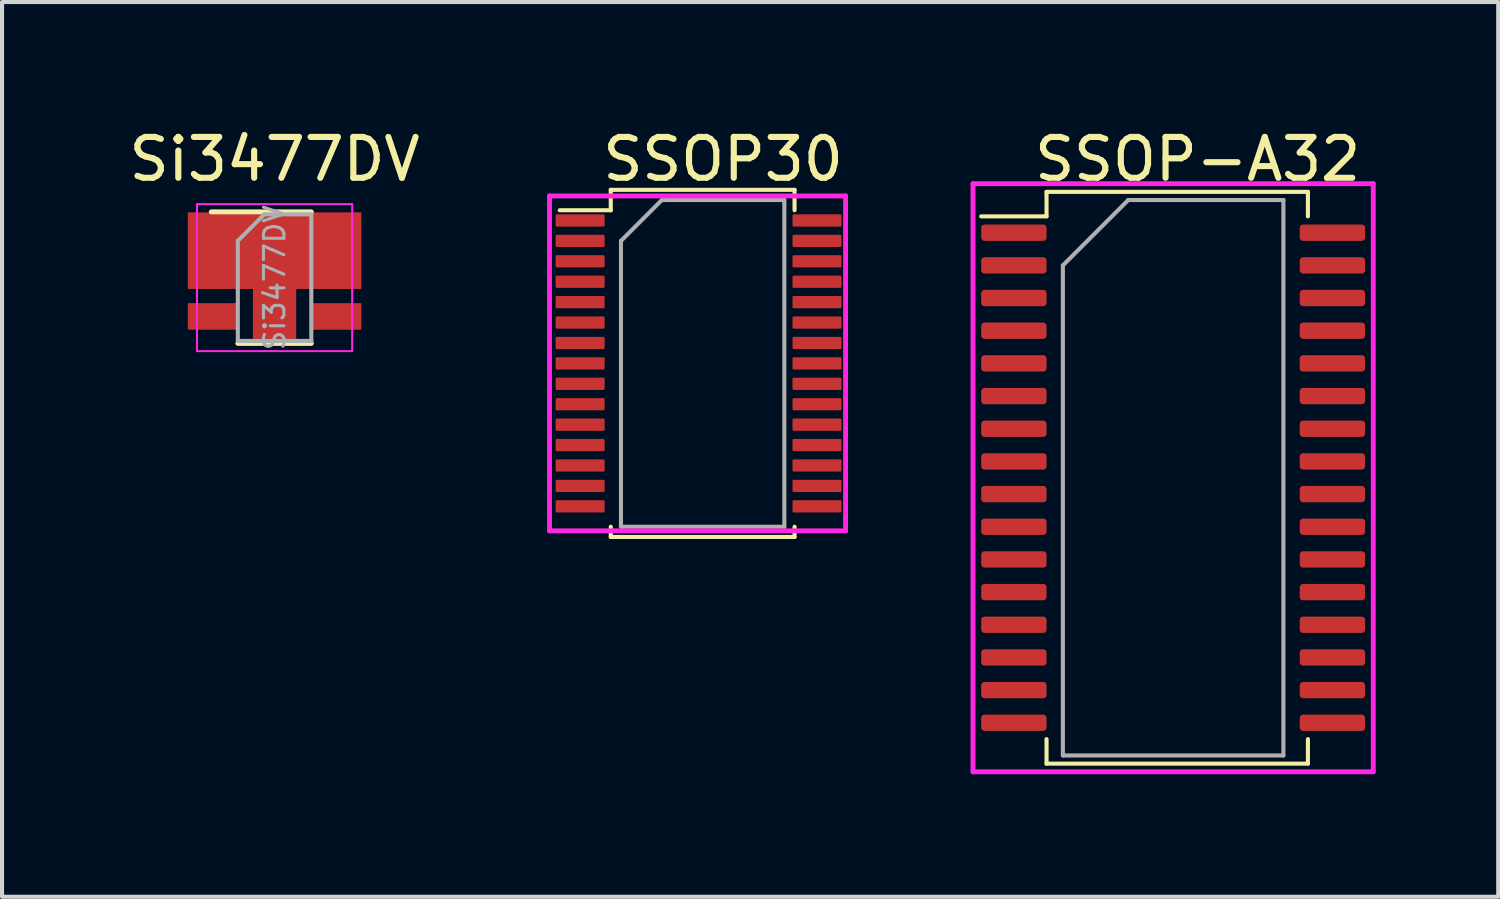
<source format=kicad_pcb>
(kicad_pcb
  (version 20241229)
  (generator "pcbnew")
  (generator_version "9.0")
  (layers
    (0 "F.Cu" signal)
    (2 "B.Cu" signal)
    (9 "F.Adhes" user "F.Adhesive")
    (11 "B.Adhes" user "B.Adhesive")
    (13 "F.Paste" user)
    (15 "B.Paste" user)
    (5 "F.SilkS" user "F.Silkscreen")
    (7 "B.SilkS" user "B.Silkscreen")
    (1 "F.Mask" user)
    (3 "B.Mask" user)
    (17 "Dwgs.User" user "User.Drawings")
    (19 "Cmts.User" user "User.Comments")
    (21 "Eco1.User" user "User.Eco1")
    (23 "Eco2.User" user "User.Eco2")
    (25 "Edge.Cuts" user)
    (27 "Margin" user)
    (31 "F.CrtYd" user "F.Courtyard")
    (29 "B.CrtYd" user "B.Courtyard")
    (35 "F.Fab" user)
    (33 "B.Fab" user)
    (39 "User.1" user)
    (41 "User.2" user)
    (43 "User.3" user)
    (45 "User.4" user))
  (footprint "SSOP30"
    (layer "F.Cu")
    (at 11.155 2.348)
    (property "Reference" "SSOP30" (at 3.5 -1.5 0) (unlocked yes) (layer "F.SilkS") (effects (font (size 1 1) (thickness 0.15))))
    (fp_line (start -0.5 -0.25) (end 0.75 -0.25) (stroke (width 0.1) (type solid)) (layer "F.SilkS"))
    (fp_line (start 0.75 -0.75) (end 5.25 -0.75) (stroke (width 0.1) (type solid)) (layer "F.SilkS"))
    (fp_line (start 0.75 -0.25) (end 0.75 -0.75) (stroke (width 0.1) (type solid)) (layer "F.SilkS"))
    (fp_line (start 0.75 7.5) (end 0.75 7.75) (stroke (width 0.1) (type solid)) (layer "F.SilkS"))
    (fp_line (start 0.75 7.75) (end 5.25 7.75) (stroke (width 0.1) (type solid)) (layer "F.SilkS"))
    (fp_line (start 5.25 -0.25) (end 5.25 -0.75) (stroke (width 0.1) (type solid)) (layer "F.SilkS"))
    (fp_line (start 5.25 7.75) (end 5.25 7.5) (stroke (width 0.1) (type solid)) (layer "F.SilkS"))
    (fp_line (start -0.75 -0.6) (end 6.5 -0.6) (stroke (width 0.12) (type solid)) (layer "F.CrtYd"))
    (fp_line (start -0.75 7.6) (end -0.75 -0.6) (stroke (width 0.12) (type solid)) (layer "F.CrtYd"))
    (fp_line (start 6.5 -0.6) (end 6.5 7.6) (stroke (width 0.12) (type solid)) (layer "F.CrtYd"))
    (fp_line (start 6.5 7.6) (end -0.75 7.6) (stroke (width 0.12) (type solid)) (layer "F.CrtYd"))
    (fp_line (start 1 0.5) (end 2 -0.5) (stroke (width 0.1) (type solid)) (layer "F.Fab"))
    (fp_line (start 1 7.5) (end 1 0.5) (stroke (width 0.1) (type solid)) (layer "F.Fab"))
    (fp_line (start 2 -0.5) (end 5 -0.5) (stroke (width 0.1) (type solid)) (layer "F.Fab"))
    (fp_line (start 5 -0.5) (end 5 7.5) (stroke (width 0.1) (type solid)) (layer "F.Fab"))
    (fp_line (start 5 7.5) (end 1 7.5) (stroke (width 0.1) (type solid)) (layer "F.Fab"))
    (pad "1" smd roundrect (at 0 0) (size 1.2 0.3) (layers "F.Cu" "F.Mask" "F.Paste") (roundrect_rratio 0.1))
    (pad "2" smd roundrect (at 0 0.5) (size 1.2 0.3) (layers "F.Cu" "F.Mask" "F.Paste") (roundrect_rratio 0.1))
    (pad "3" smd roundrect (at 0 1) (size 1.2 0.3) (layers "F.Cu" "F.Mask" "F.Paste") (roundrect_rratio 0.1))
    (pad "4" smd roundrect (at 0 1.5) (size 1.2 0.3) (layers "F.Cu" "F.Mask" "F.Paste") (roundrect_rratio 0.1))
    (pad "5" smd roundrect (at 0 2) (size 1.2 0.3) (layers "F.Cu" "F.Mask" "F.Paste") (roundrect_rratio 0.1))
    (pad "6" smd roundrect (at 0 2.5) (size 1.2 0.3) (layers "F.Cu" "F.Mask" "F.Paste") (roundrect_rratio 0.1))
    (pad "7" smd roundrect (at 0 3) (size 1.2 0.3) (layers "F.Cu" "F.Mask" "F.Paste") (roundrect_rratio 0.1))
    (pad "8" smd roundrect (at 0 3.5) (size 1.2 0.3) (layers "F.Cu" "F.Mask" "F.Paste") (roundrect_rratio 0.1))
    (pad "9" smd roundrect (at 0 4) (size 1.2 0.3) (layers "F.Cu" "F.Mask" "F.Paste") (roundrect_rratio 0.1))
    (pad "10" smd roundrect (at 0 4.5) (size 1.2 0.3) (layers "F.Cu" "F.Mask" "F.Paste") (roundrect_rratio 0.1))
    (pad "11" smd roundrect (at 0 5) (size 1.2 0.3) (layers "F.Cu" "F.Mask" "F.Paste") (roundrect_rratio 0.1))
    (pad "12" smd roundrect (at 0 5.5) (size 1.2 0.3) (layers "F.Cu" "F.Mask" "F.Paste") (roundrect_rratio 0.1))
    (pad "13" smd roundrect (at 0 6) (size 1.2 0.3) (layers "F.Cu" "F.Mask" "F.Paste") (roundrect_rratio 0.1))
    (pad "14" smd roundrect (at 0 6.5) (size 1.2 0.3) (layers "F.Cu" "F.Mask" "F.Paste") (roundrect_rratio 0.1))
    (pad "15" smd roundrect (at 0 7) (size 1.2 0.3) (layers "F.Cu" "F.Mask" "F.Paste") (roundrect_rratio 0.1))
    (pad "16" smd roundrect (at 5.8 7) (size 1.2 0.3) (layers "F.Cu" "F.Mask" "F.Paste") (roundrect_rratio 0.1))
    (pad "17" smd roundrect (at 5.8 6.5) (size 1.2 0.3) (layers "F.Cu" "F.Mask" "F.Paste") (roundrect_rratio 0.1))
    (pad "18" smd roundrect (at 5.8 6) (size 1.2 0.3) (layers "F.Cu" "F.Mask" "F.Paste") (roundrect_rratio 0.1))
    (pad "19" smd roundrect (at 5.8 5.5) (size 1.2 0.3) (layers "F.Cu" "F.Mask" "F.Paste") (roundrect_rratio 0.1))
    (pad "20" smd roundrect (at 5.8 5) (size 1.2 0.3) (layers "F.Cu" "F.Mask" "F.Paste") (roundrect_rratio 0.1))
    (pad "21" smd roundrect (at 5.8 4.5) (size 1.2 0.3) (layers "F.Cu" "F.Mask" "F.Paste") (roundrect_rratio 0.1))
    (pad "22" smd roundrect (at 5.8 4) (size 1.2 0.3) (layers "F.Cu" "F.Mask" "F.Paste") (roundrect_rratio 0.1))
    (pad "23" smd roundrect (at 5.8 3.5) (size 1.2 0.3) (layers "F.Cu" "F.Mask" "F.Paste") (roundrect_rratio 0.1))
    (pad "24" smd roundrect (at 5.8 3) (size 1.2 0.3) (layers "F.Cu" "F.Mask" "F.Paste") (roundrect_rratio 0.1))
    (pad "25" smd roundrect (at 5.8 2.5) (size 1.2 0.3) (layers "F.Cu" "F.Mask" "F.Paste") (roundrect_rratio 0.1))
    (pad "26" smd roundrect (at 5.8 2) (size 1.2 0.3) (layers "F.Cu" "F.Mask" "F.Paste") (roundrect_rratio 0.1))
    (pad "27" smd roundrect (at 5.8 1.5) (size 1.2 0.3) (layers "F.Cu" "F.Mask" "F.Paste") (roundrect_rratio 0.1))
    (pad "28" smd roundrect (at 5.8 1) (size 1.2 0.3) (layers "F.Cu" "F.Mask" "F.Paste") (roundrect_rratio 0.1))
    (pad "29" smd roundrect (at 5.8 0.5) (size 1.2 0.3) (layers "F.Cu" "F.Mask" "F.Paste") (roundrect_rratio 0.1))
    (pad "30" smd roundrect (at 5.8 0) (size 1.2 0.3) (layers "F.Cu" "F.Mask" "F.Paste") (roundrect_rratio 0.1)))
  (footprint "Si3477DV"
    (layer "F.Cu")
    (at 3.673 3.748)
    (property "Reference" "Si3477DV" (at 0 -2.9 0) (layer "F.SilkS") (effects (font (size 1 1) (thickness 0.15))))
    (attr smd)
    (fp_line (start -0.9 1.61) (end 0.9 1.61) (stroke (width 0.12) (type solid)) (layer "F.SilkS"))
    (fp_line (start 0.9 -1.61) (end -1.55 -1.61) (stroke (width 0.12) (type solid)) (layer "F.SilkS"))
    (fp_line (start -1.9 -1.8) (end -1.9 1.8) (stroke (width 0.05) (type solid)) (layer "F.CrtYd"))
    (fp_line (start -1.9 1.8) (end 1.9 1.8) (stroke (width 0.05) (type solid)) (layer "F.CrtYd"))
    (fp_line (start 1.9 -1.8) (end -1.9 -1.8) (stroke (width 0.05) (type solid)) (layer "F.CrtYd"))
    (fp_line (start 1.9 1.8) (end 1.9 -1.8) (stroke (width 0.05) (type solid)) (layer "F.CrtYd"))
    (fp_line (start -0.9 -0.9) (end -0.9 1.55) (stroke (width 0.1) (type solid)) (layer "F.Fab"))
    (fp_line (start -0.9 -0.9) (end -0.25 -1.55) (stroke (width 0.1) (type solid)) (layer "F.Fab"))
    (fp_line (start 0.9 -1.55) (end -0.25 -1.55) (stroke (width 0.1) (type solid)) (layer "F.Fab"))
    (fp_line (start 0.9 -1.55) (end 0.9 1.55) (stroke (width 0.1) (type solid)) (layer "F.Fab"))
    (fp_line (start 0.9 1.55) (end -0.9 1.55) (stroke (width 0.1) (type solid)) (layer "F.Fab"))
    (fp_text user "${REFERENCE}" (at 0 0 90) (layer "F.Fab") (effects (font (size 0.5 0.5) (thickness 0.075))))
    (pad "1" smd rect (at 0 -0.66) (size 4.25 1.875) (layers "F.Cu" "F.Mask" "F.Paste"))
    (pad "1" smd rect (at 0 -0.05) (size 1.06 3.1) (layers "F.Cu" "F.Mask" "F.Paste"))
    (pad "2" smd rect (at -1.5 0.95) (size 1.25 0.65) (layers "F.Cu" "F.Mask" "F.Paste"))
    (pad "3" smd rect (at 1.5 0.95) (size 1.25 0.65) (layers "F.Cu" "F.Mask" "F.Paste")))
  (footprint "SSOP-A32"
    (layer "F.Cu")
    (at 21.775 2.648)
    (property "Reference" "SSOP-A32" (at 4.5 -1.8 0) (unlocked yes) (layer "F.SilkS") (effects (font (size 1 1) (thickness 0.15))))
    (fp_line (start -0.8 -0.4) (end 0.8 -0.4) (stroke (width 0.1) (type solid)) (layer "F.SilkS"))
    (fp_line (start 0.8 -1) (end 7.2 -1) (stroke (width 0.1) (type solid)) (layer "F.SilkS"))
    (fp_line (start 0.8 -0.4) (end 0.8 -1) (stroke (width 0.1) (type solid)) (layer "F.SilkS"))
    (fp_line (start 0.8 12.4) (end 0.8 13) (stroke (width 0.1) (type solid)) (layer "F.SilkS"))
    (fp_line (start 0.8 13) (end 7.2 13) (stroke (width 0.1) (type solid)) (layer "F.SilkS"))
    (fp_line (start 7.2 -1) (end 7.2 -0.4) (stroke (width 0.1) (type solid)) (layer "F.SilkS"))
    (fp_line (start 7.2 13) (end 7.2 12.4) (stroke (width 0.1) (type solid)) (layer "F.SilkS"))
    (fp_line (start -1 -1.2) (end 8.8 -1.2) (stroke (width 0.12) (type solid)) (layer "F.CrtYd"))
    (fp_line (start -1 13.2) (end -1 -1.2) (stroke (width 0.12) (type solid)) (layer "F.CrtYd"))
    (fp_line (start 8.8 -1.2) (end 8.8 13.2) (stroke (width 0.12) (type solid)) (layer "F.CrtYd"))
    (fp_line (start 8.8 13.2) (end -1 13.2) (stroke (width 0.12) (type solid)) (layer "F.CrtYd"))
    (fp_line (start 1.2 0.8) (end 1.2 12.8) (stroke (width 0.1) (type solid)) (layer "F.Fab"))
    (fp_line (start 1.2 0.8) (end 2.8 -0.8) (stroke (width 0.1) (type solid)) (layer "F.Fab"))
    (fp_line (start 1.2 12.8) (end 6.6 12.8) (stroke (width 0.1) (type solid)) (layer "F.Fab"))
    (fp_line (start 6.6 -0.8) (end 2.8 -0.8) (stroke (width 0.1) (type solid)) (layer "F.Fab"))
    (fp_line (start 6.6 12.8) (end 6.6 -0.8) (stroke (width 0.1) (type solid)) (layer "F.Fab"))
    (pad "1" smd roundrect (at 0 0) (size 1.6 0.4) (layers "F.Cu" "F.Mask" "F.Paste") (roundrect_rratio 0.2))
    (pad "2" smd roundrect (at 0 0.8) (size 1.6 0.4) (layers "F.Cu" "F.Mask" "F.Paste") (roundrect_rratio 0.2))
    (pad "3" smd roundrect (at 0 1.6) (size 1.6 0.4) (layers "F.Cu" "F.Mask" "F.Paste") (roundrect_rratio 0.2))
    (pad "4" smd roundrect (at 0 2.4) (size 1.6 0.4) (layers "F.Cu" "F.Mask" "F.Paste") (roundrect_rratio 0.2))
    (pad "5" smd roundrect (at 0 3.2) (size 1.6 0.4) (layers "F.Cu" "F.Mask" "F.Paste") (roundrect_rratio 0.2))
    (pad "6" smd roundrect (at 0 4) (size 1.6 0.4) (layers "F.Cu" "F.Mask" "F.Paste") (roundrect_rratio 0.2))
    (pad "7" smd roundrect (at 0 4.8) (size 1.6 0.4) (layers "F.Cu" "F.Mask" "F.Paste") (roundrect_rratio 0.2))
    (pad "8" smd roundrect (at 0 5.6) (size 1.6 0.4) (layers "F.Cu" "F.Mask" "F.Paste") (roundrect_rratio 0.2))
    (pad "9" smd roundrect (at 0 6.4) (size 1.6 0.4) (layers "F.Cu" "F.Mask" "F.Paste") (roundrect_rratio 0.2))
    (pad "10" smd roundrect (at 0 7.2) (size 1.6 0.4) (layers "F.Cu" "F.Mask" "F.Paste") (roundrect_rratio 0.2))
    (pad "11" smd roundrect (at 0 8) (size 1.6 0.4) (layers "F.Cu" "F.Mask" "F.Paste") (roundrect_rratio 0.2))
    (pad "12" smd roundrect (at 0 8.8) (size 1.6 0.4) (layers "F.Cu" "F.Mask" "F.Paste") (roundrect_rratio 0.2))
    (pad "13" smd roundrect (at 0 9.6) (size 1.6 0.4) (layers "F.Cu" "F.Mask" "F.Paste") (roundrect_rratio 0.2))
    (pad "14" smd roundrect (at 0 10.4) (size 1.6 0.4) (layers "F.Cu" "F.Mask" "F.Paste") (roundrect_rratio 0.2))
    (pad "15" smd roundrect (at 0 11.2) (size 1.6 0.4) (layers "F.Cu" "F.Mask" "F.Paste") (roundrect_rratio 0.2))
    (pad "16" smd roundrect (at 0 12) (size 1.6 0.4) (layers "F.Cu" "F.Mask" "F.Paste") (roundrect_rratio 0.2))
    (pad "17" smd roundrect (at 7.8 12) (size 1.6 0.4) (layers "F.Cu" "F.Mask" "F.Paste") (roundrect_rratio 0.2))
    (pad "18" smd roundrect (at 7.8 11.2) (size 1.6 0.4) (layers "F.Cu" "F.Mask" "F.Paste") (roundrect_rratio 0.2))
    (pad "19" smd roundrect (at 7.8 10.4) (size 1.6 0.4) (layers "F.Cu" "F.Mask" "F.Paste") (roundrect_rratio 0.2))
    (pad "20" smd roundrect (at 7.8 9.6) (size 1.6 0.4) (layers "F.Cu" "F.Mask" "F.Paste") (roundrect_rratio 0.2))
    (pad "21" smd roundrect (at 7.8 8.8) (size 1.6 0.4) (layers "F.Cu" "F.Mask" "F.Paste") (roundrect_rratio 0.2))
    (pad "22" smd roundrect (at 7.8 8) (size 1.6 0.4) (layers "F.Cu" "F.Mask" "F.Paste") (roundrect_rratio 0.2))
    (pad "23" smd roundrect (at 7.8 7.2) (size 1.6 0.4) (layers "F.Cu" "F.Mask" "F.Paste") (roundrect_rratio 0.2))
    (pad "24" smd roundrect (at 7.8 6.4) (size 1.6 0.4) (layers "F.Cu" "F.Mask" "F.Paste") (roundrect_rratio 0.2))
    (pad "25" smd roundrect (at 7.8 5.6) (size 1.6 0.4) (layers "F.Cu" "F.Mask" "F.Paste") (roundrect_rratio 0.2))
    (pad "26" smd roundrect (at 7.8 4.8) (size 1.6 0.4) (layers "F.Cu" "F.Mask" "F.Paste") (roundrect_rratio 0.2))
    (pad "27" smd roundrect (at 7.8 4) (size 1.6 0.4) (layers "F.Cu" "F.Mask" "F.Paste") (roundrect_rratio 0.2))
    (pad "28" smd roundrect (at 7.8 3.2) (size 1.6 0.4) (layers "F.Cu" "F.Mask" "F.Paste") (roundrect_rratio 0.2))
    (pad "29" smd roundrect (at 7.8 2.4) (size 1.6 0.4) (layers "F.Cu" "F.Mask" "F.Paste") (roundrect_rratio 0.2))
    (pad "30" smd roundrect (at 7.8 1.6) (size 1.6 0.4) (layers "F.Cu" "F.Mask" "F.Paste") (roundrect_rratio 0.2))
    (pad "31" smd roundrect (at 7.8 0.8) (size 1.6 0.4) (layers "F.Cu" "F.Mask" "F.Paste") (roundrect_rratio 0.2))
    (pad "32" smd roundrect (at 7.8 0) (size 1.6 0.4) (layers "F.Cu" "F.Mask" "F.Paste") (roundrect_rratio 0.2)))
  (gr_rect
    (start -3 -3)
    (end 33.635 18.908)
    (stroke (width 0.1) (type default))
    (fill no)
    (layer "Edge.Cuts")))
</source>
